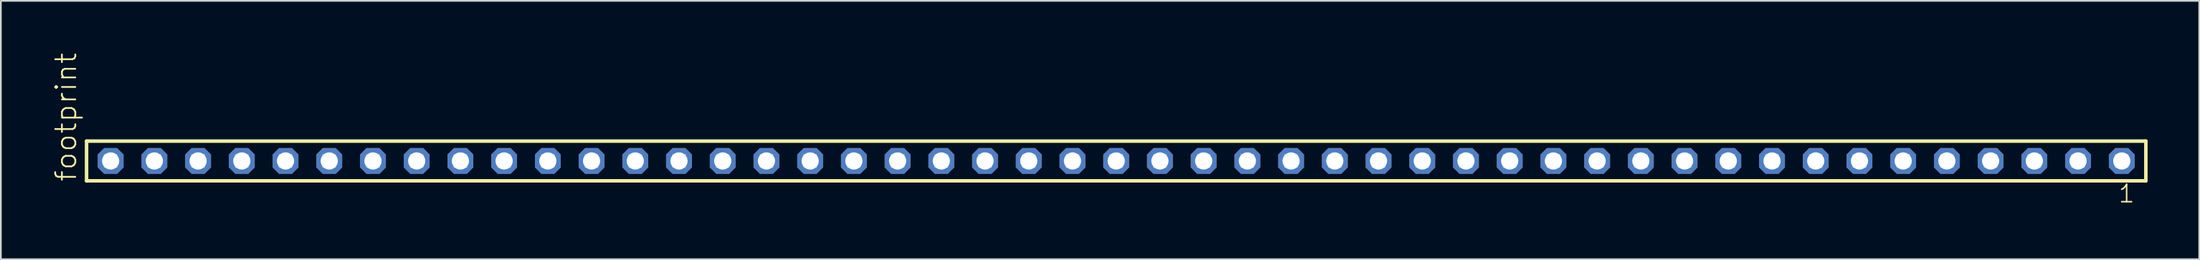
<source format=kicad_pcb>
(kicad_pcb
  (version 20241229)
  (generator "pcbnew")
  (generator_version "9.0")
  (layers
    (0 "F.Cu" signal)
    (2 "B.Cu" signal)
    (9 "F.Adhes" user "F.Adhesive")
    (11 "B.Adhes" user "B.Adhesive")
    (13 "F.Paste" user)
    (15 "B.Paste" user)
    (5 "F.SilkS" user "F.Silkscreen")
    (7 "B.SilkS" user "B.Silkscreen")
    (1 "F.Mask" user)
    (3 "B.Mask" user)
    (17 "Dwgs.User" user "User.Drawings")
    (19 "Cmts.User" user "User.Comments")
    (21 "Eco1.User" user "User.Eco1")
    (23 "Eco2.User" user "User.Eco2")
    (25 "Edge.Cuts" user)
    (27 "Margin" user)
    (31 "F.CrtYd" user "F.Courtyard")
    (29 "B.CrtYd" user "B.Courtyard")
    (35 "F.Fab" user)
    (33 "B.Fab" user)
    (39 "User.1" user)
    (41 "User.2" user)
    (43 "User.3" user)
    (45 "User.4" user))
  (footprint "footprint"
    (layer "F.Cu")
    (at 61.798 6.312)
    (property "Reference" "footprint" (at -60.325 1.27 90) (layer "F.SilkS") (effects (font (size 1.168 1.168) (thickness 0.102)) (justify left bottom)))
    (fp_line (start -59.819 -1.155) (end 59.819 -1.155) (stroke (width 0.203) (type solid)) (layer "F.SilkS"))
    (fp_line (start -59.819 1.155) (end -59.819 -1.155) (stroke (width 0.203) (type solid)) (layer "F.SilkS"))
    (fp_line (start 59.819 -1.155) (end 59.819 1.155) (stroke (width 0.203) (type solid)) (layer "F.SilkS"))
    (fp_line (start 59.819 1.155) (end -59.819 1.155) (stroke (width 0.203) (type solid)) (layer "F.SilkS"))
    (fp_poly (pts (xy -58.77 0.35) (xy -58.07 0.35) (xy -58.07 -0.35) (xy -58.77 -0.35)) (stroke (width 0.1) (type solid)) (fill no) (layer "F.Fab"))
    (fp_poly (pts (xy -56.23 0.35) (xy -55.53 0.35) (xy -55.53 -0.35) (xy -56.23 -0.35)) (stroke (width 0.1) (type solid)) (fill no) (layer "F.Fab"))
    (fp_poly (pts (xy -53.69 0.35) (xy -52.99 0.35) (xy -52.99 -0.35) (xy -53.69 -0.35)) (stroke (width 0.1) (type solid)) (fill no) (layer "F.Fab"))
    (fp_poly (pts (xy -51.15 0.35) (xy -50.45 0.35) (xy -50.45 -0.35) (xy -51.15 -0.35)) (stroke (width 0.1) (type solid)) (fill no) (layer "F.Fab"))
    (fp_poly (pts (xy -48.61 0.35) (xy -47.91 0.35) (xy -47.91 -0.35) (xy -48.61 -0.35)) (stroke (width 0.1) (type solid)) (fill no) (layer "F.Fab"))
    (fp_poly (pts (xy -46.07 0.35) (xy -45.37 0.35) (xy -45.37 -0.35) (xy -46.07 -0.35)) (stroke (width 0.1) (type solid)) (fill no) (layer "F.Fab"))
    (fp_poly (pts (xy -43.53 0.35) (xy -42.83 0.35) (xy -42.83 -0.35) (xy -43.53 -0.35)) (stroke (width 0.1) (type solid)) (fill no) (layer "F.Fab"))
    (fp_poly (pts (xy -40.99 0.35) (xy -40.29 0.35) (xy -40.29 -0.35) (xy -40.99 -0.35)) (stroke (width 0.1) (type solid)) (fill no) (layer "F.Fab"))
    (fp_poly (pts (xy -38.45 0.35) (xy -37.75 0.35) (xy -37.75 -0.35) (xy -38.45 -0.35)) (stroke (width 0.1) (type solid)) (fill no) (layer "F.Fab"))
    (fp_poly (pts (xy -35.91 0.35) (xy -35.21 0.35) (xy -35.21 -0.35) (xy -35.91 -0.35)) (stroke (width 0.1) (type solid)) (fill no) (layer "F.Fab"))
    (fp_poly (pts (xy -33.37 0.35) (xy -32.67 0.35) (xy -32.67 -0.35) (xy -33.37 -0.35)) (stroke (width 0.1) (type solid)) (fill no) (layer "F.Fab"))
    (fp_poly (pts (xy -30.83 0.35) (xy -30.13 0.35) (xy -30.13 -0.35) (xy -30.83 -0.35)) (stroke (width 0.1) (type solid)) (fill no) (layer "F.Fab"))
    (fp_poly (pts (xy -28.29 0.35) (xy -27.59 0.35) (xy -27.59 -0.35) (xy -28.29 -0.35)) (stroke (width 0.1) (type solid)) (fill no) (layer "F.Fab"))
    (fp_poly (pts (xy -25.75 0.35) (xy -25.05 0.35) (xy -25.05 -0.35) (xy -25.75 -0.35)) (stroke (width 0.1) (type solid)) (fill no) (layer "F.Fab"))
    (fp_poly (pts (xy -23.21 0.35) (xy -22.51 0.35) (xy -22.51 -0.35) (xy -23.21 -0.35)) (stroke (width 0.1) (type solid)) (fill no) (layer "F.Fab"))
    (fp_poly (pts (xy -20.67 0.35) (xy -19.97 0.35) (xy -19.97 -0.35) (xy -20.67 -0.35)) (stroke (width 0.1) (type solid)) (fill no) (layer "F.Fab"))
    (fp_poly (pts (xy -18.13 0.35) (xy -17.43 0.35) (xy -17.43 -0.35) (xy -18.13 -0.35)) (stroke (width 0.1) (type solid)) (fill no) (layer "F.Fab"))
    (fp_poly (pts (xy -15.59 0.35) (xy -14.89 0.35) (xy -14.89 -0.35) (xy -15.59 -0.35)) (stroke (width 0.1) (type solid)) (fill no) (layer "F.Fab"))
    (fp_poly (pts (xy -13.05 0.35) (xy -12.35 0.35) (xy -12.35 -0.35) (xy -13.05 -0.35)) (stroke (width 0.1) (type solid)) (fill no) (layer "F.Fab"))
    (fp_poly (pts (xy -10.51 0.35) (xy -9.81 0.35) (xy -9.81 -0.35) (xy -10.51 -0.35)) (stroke (width 0.1) (type solid)) (fill no) (layer "F.Fab"))
    (fp_poly (pts (xy -7.97 0.35) (xy -7.27 0.35) (xy -7.27 -0.35) (xy -7.97 -0.35)) (stroke (width 0.1) (type solid)) (fill no) (layer "F.Fab"))
    (fp_poly (pts (xy -5.43 0.35) (xy -4.73 0.35) (xy -4.73 -0.35) (xy -5.43 -0.35)) (stroke (width 0.1) (type solid)) (fill no) (layer "F.Fab"))
    (fp_poly (pts (xy -2.89 0.35) (xy -2.19 0.35) (xy -2.19 -0.35) (xy -2.89 -0.35)) (stroke (width 0.1) (type solid)) (fill no) (layer "F.Fab"))
    (fp_poly (pts (xy -0.35 0.35) (xy 0.35 0.35) (xy 0.35 -0.35) (xy -0.35 -0.35)) (stroke (width 0.1) (type solid)) (fill no) (layer "F.Fab"))
    (fp_poly (pts (xy 2.19 0.35) (xy 2.89 0.35) (xy 2.89 -0.35) (xy 2.19 -0.35)) (stroke (width 0.1) (type solid)) (fill no) (layer "F.Fab"))
    (fp_poly (pts (xy 4.73 0.35) (xy 5.43 0.35) (xy 5.43 -0.35) (xy 4.73 -0.35)) (stroke (width 0.1) (type solid)) (fill no) (layer "F.Fab"))
    (fp_poly (pts (xy 7.27 0.35) (xy 7.97 0.35) (xy 7.97 -0.35) (xy 7.27 -0.35)) (stroke (width 0.1) (type solid)) (fill no) (layer "F.Fab"))
    (fp_poly (pts (xy 9.81 0.35) (xy 10.51 0.35) (xy 10.51 -0.35) (xy 9.81 -0.35)) (stroke (width 0.1) (type solid)) (fill no) (layer "F.Fab"))
    (fp_poly (pts (xy 12.35 0.35) (xy 13.05 0.35) (xy 13.05 -0.35) (xy 12.35 -0.35)) (stroke (width 0.1) (type solid)) (fill no) (layer "F.Fab"))
    (fp_poly (pts (xy 14.89 0.35) (xy 15.59 0.35) (xy 15.59 -0.35) (xy 14.89 -0.35)) (stroke (width 0.1) (type solid)) (fill no) (layer "F.Fab"))
    (fp_poly (pts (xy 17.43 0.35) (xy 18.13 0.35) (xy 18.13 -0.35) (xy 17.43 -0.35)) (stroke (width 0.1) (type solid)) (fill no) (layer "F.Fab"))
    (fp_poly (pts (xy 19.97 0.35) (xy 20.67 0.35) (xy 20.67 -0.35) (xy 19.97 -0.35)) (stroke (width 0.1) (type solid)) (fill no) (layer "F.Fab"))
    (fp_poly (pts (xy 22.51 0.35) (xy 23.21 0.35) (xy 23.21 -0.35) (xy 22.51 -0.35)) (stroke (width 0.1) (type solid)) (fill no) (layer "F.Fab"))
    (fp_poly (pts (xy 25.05 0.35) (xy 25.75 0.35) (xy 25.75 -0.35) (xy 25.05 -0.35)) (stroke (width 0.1) (type solid)) (fill no) (layer "F.Fab"))
    (fp_poly (pts (xy 27.59 0.35) (xy 28.29 0.35) (xy 28.29 -0.35) (xy 27.59 -0.35)) (stroke (width 0.1) (type solid)) (fill no) (layer "F.Fab"))
    (fp_poly (pts (xy 30.13 0.35) (xy 30.83 0.35) (xy 30.83 -0.35) (xy 30.13 -0.35)) (stroke (width 0.1) (type solid)) (fill no) (layer "F.Fab"))
    (fp_poly (pts (xy 32.67 0.35) (xy 33.37 0.35) (xy 33.37 -0.35) (xy 32.67 -0.35)) (stroke (width 0.1) (type solid)) (fill no) (layer "F.Fab"))
    (fp_poly (pts (xy 35.21 0.35) (xy 35.91 0.35) (xy 35.91 -0.35) (xy 35.21 -0.35)) (stroke (width 0.1) (type solid)) (fill no) (layer "F.Fab"))
    (fp_poly (pts (xy 37.75 0.35) (xy 38.45 0.35) (xy 38.45 -0.35) (xy 37.75 -0.35)) (stroke (width 0.1) (type solid)) (fill no) (layer "F.Fab"))
    (fp_poly (pts (xy 40.29 0.35) (xy 40.99 0.35) (xy 40.99 -0.35) (xy 40.29 -0.35)) (stroke (width 0.1) (type solid)) (fill no) (layer "F.Fab"))
    (fp_poly (pts (xy 42.83 0.35) (xy 43.53 0.35) (xy 43.53 -0.35) (xy 42.83 -0.35)) (stroke (width 0.1) (type solid)) (fill no) (layer "F.Fab"))
    (fp_poly (pts (xy 45.37 0.35) (xy 46.07 0.35) (xy 46.07 -0.35) (xy 45.37 -0.35)) (stroke (width 0.1) (type solid)) (fill no) (layer "F.Fab"))
    (fp_poly (pts (xy 47.91 0.35) (xy 48.61 0.35) (xy 48.61 -0.35) (xy 47.91 -0.35)) (stroke (width 0.1) (type solid)) (fill no) (layer "F.Fab"))
    (fp_poly (pts (xy 50.45 0.35) (xy 51.15 0.35) (xy 51.15 -0.35) (xy 50.45 -0.35)) (stroke (width 0.1) (type solid)) (fill no) (layer "F.Fab"))
    (fp_poly (pts (xy 52.99 0.35) (xy 53.69 0.35) (xy 53.69 -0.35) (xy 52.99 -0.35)) (stroke (width 0.1) (type solid)) (fill no) (layer "F.Fab"))
    (fp_poly (pts (xy 55.53 0.35) (xy 56.23 0.35) (xy 56.23 -0.35) (xy 55.53 -0.35)) (stroke (width 0.1) (type solid)) (fill no) (layer "F.Fab"))
    (fp_poly (pts (xy 58.07 0.35) (xy 58.77 0.35) (xy 58.77 -0.35) (xy 58.07 -0.35)) (stroke (width 0.1) (type solid)) (fill no) (layer "F.Fab"))
    (fp_text user "1" (at 58.162 2.498 0) (layer "F.SilkS") (effects (font (size 1.012 1.012) (thickness 0.088)) (justify left bottom)))
    (pad "1" thru_hole roundrect (at 58.42 0 180) (size 1.5 1.5) (drill 1) (layers "*.Cu" "*.Mask") (roundrect_rratio 0.25) (chamfer_ratio 0.25) (chamfer top_left top_right bottom_left bottom_right))
    (pad "2" thru_hole roundrect (at 55.88 0 180) (size 1.5 1.5) (drill 1) (layers "*.Cu" "*.Mask") (roundrect_rratio 0.25) (chamfer_ratio 0.25) (chamfer top_left top_right bottom_left bottom_right))
    (pad "3" thru_hole roundrect (at 53.34 0 180) (size 1.5 1.5) (drill 1) (layers "*.Cu" "*.Mask") (roundrect_rratio 0.25) (chamfer_ratio 0.25) (chamfer top_left top_right bottom_left bottom_right))
    (pad "4" thru_hole roundrect (at 50.8 0 180) (size 1.5 1.5) (drill 1) (layers "*.Cu" "*.Mask") (roundrect_rratio 0.25) (chamfer_ratio 0.25) (chamfer top_left top_right bottom_left bottom_right))
    (pad "5" thru_hole roundrect (at 48.26 0 180) (size 1.5 1.5) (drill 1) (layers "*.Cu" "*.Mask") (roundrect_rratio 0.25) (chamfer_ratio 0.25) (chamfer top_left top_right bottom_left bottom_right))
    (pad "6" thru_hole roundrect (at 45.72 0 180) (size 1.5 1.5) (drill 1) (layers "*.Cu" "*.Mask") (roundrect_rratio 0.25) (chamfer_ratio 0.25) (chamfer top_left top_right bottom_left bottom_right))
    (pad "7" thru_hole roundrect (at 43.18 0 180) (size 1.5 1.5) (drill 1) (layers "*.Cu" "*.Mask") (roundrect_rratio 0.25) (chamfer_ratio 0.25) (chamfer top_left top_right bottom_left bottom_right))
    (pad "8" thru_hole roundrect (at 40.64 0 180) (size 1.5 1.5) (drill 1) (layers "*.Cu" "*.Mask") (roundrect_rratio 0.25) (chamfer_ratio 0.25) (chamfer top_left top_right bottom_left bottom_right))
    (pad "9" thru_hole roundrect (at 38.1 0 180) (size 1.5 1.5) (drill 1) (layers "*.Cu" "*.Mask") (roundrect_rratio 0.25) (chamfer_ratio 0.25) (chamfer top_left top_right bottom_left bottom_right))
    (pad "10" thru_hole roundrect (at 35.56 0 180) (size 1.5 1.5) (drill 1) (layers "*.Cu" "*.Mask") (roundrect_rratio 0.25) (chamfer_ratio 0.25) (chamfer top_left top_right bottom_left bottom_right))
    (pad "11" thru_hole roundrect (at 33.02 0 180) (size 1.5 1.5) (drill 1) (layers "*.Cu" "*.Mask") (roundrect_rratio 0.25) (chamfer_ratio 0.25) (chamfer top_left top_right bottom_left bottom_right))
    (pad "12" thru_hole roundrect (at 30.48 0 180) (size 1.5 1.5) (drill 1) (layers "*.Cu" "*.Mask") (roundrect_rratio 0.25) (chamfer_ratio 0.25) (chamfer top_left top_right bottom_left bottom_right))
    (pad "13" thru_hole roundrect (at 27.94 0 180) (size 1.5 1.5) (drill 1) (layers "*.Cu" "*.Mask") (roundrect_rratio 0.25) (chamfer_ratio 0.25) (chamfer top_left top_right bottom_left bottom_right))
    (pad "14" thru_hole roundrect (at 25.4 0 180) (size 1.5 1.5) (drill 1) (layers "*.Cu" "*.Mask") (roundrect_rratio 0.25) (chamfer_ratio 0.25) (chamfer top_left top_right bottom_left bottom_right))
    (pad "15" thru_hole roundrect (at 22.86 0 180) (size 1.5 1.5) (drill 1) (layers "*.Cu" "*.Mask") (roundrect_rratio 0.25) (chamfer_ratio 0.25) (chamfer top_left top_right bottom_left bottom_right))
    (pad "16" thru_hole roundrect (at 20.32 0 180) (size 1.5 1.5) (drill 1) (layers "*.Cu" "*.Mask") (roundrect_rratio 0.25) (chamfer_ratio 0.25) (chamfer top_left top_right bottom_left bottom_right))
    (pad "17" thru_hole roundrect (at 17.78 0 180) (size 1.5 1.5) (drill 1) (layers "*.Cu" "*.Mask") (roundrect_rratio 0.25) (chamfer_ratio 0.25) (chamfer top_left top_right bottom_left bottom_right))
    (pad "18" thru_hole roundrect (at 15.24 0 180) (size 1.5 1.5) (drill 1) (layers "*.Cu" "*.Mask") (roundrect_rratio 0.25) (chamfer_ratio 0.25) (chamfer top_left top_right bottom_left bottom_right))
    (pad "19" thru_hole roundrect (at 12.7 0 180) (size 1.5 1.5) (drill 1) (layers "*.Cu" "*.Mask") (roundrect_rratio 0.25) (chamfer_ratio 0.25) (chamfer top_left top_right bottom_left bottom_right))
    (pad "20" thru_hole roundrect (at 10.16 0 180) (size 1.5 1.5) (drill 1) (layers "*.Cu" "*.Mask") (roundrect_rratio 0.25) (chamfer_ratio 0.25) (chamfer top_left top_right bottom_left bottom_right))
    (pad "21" thru_hole roundrect (at 7.62 0 180) (size 1.5 1.5) (drill 1) (layers "*.Cu" "*.Mask") (roundrect_rratio 0.25) (chamfer_ratio 0.25) (chamfer top_left top_right bottom_left bottom_right))
    (pad "22" thru_hole roundrect (at 5.08 0 180) (size 1.5 1.5) (drill 1) (layers "*.Cu" "*.Mask") (roundrect_rratio 0.25) (chamfer_ratio 0.25) (chamfer top_left top_right bottom_left bottom_right))
    (pad "23" thru_hole roundrect (at 2.54 0 180) (size 1.5 1.5) (drill 1) (layers "*.Cu" "*.Mask") (roundrect_rratio 0.25) (chamfer_ratio 0.25) (chamfer top_left top_right bottom_left bottom_right))
    (pad "24" thru_hole roundrect (at 0 0 180) (size 1.5 1.5) (drill 1) (layers "*.Cu" "*.Mask") (roundrect_rratio 0.25) (chamfer_ratio 0.25) (chamfer top_left top_right bottom_left bottom_right))
    (pad "25" thru_hole roundrect (at -2.54 0 180) (size 1.5 1.5) (drill 1) (layers "*.Cu" "*.Mask") (roundrect_rratio 0.25) (chamfer_ratio 0.25) (chamfer top_left top_right bottom_left bottom_right))
    (pad "26" thru_hole roundrect (at -5.08 0 180) (size 1.5 1.5) (drill 1) (layers "*.Cu" "*.Mask") (roundrect_rratio 0.25) (chamfer_ratio 0.25) (chamfer top_left top_right bottom_left bottom_right))
    (pad "27" thru_hole roundrect (at -7.62 0 180) (size 1.5 1.5) (drill 1) (layers "*.Cu" "*.Mask") (roundrect_rratio 0.25) (chamfer_ratio 0.25) (chamfer top_left top_right bottom_left bottom_right))
    (pad "28" thru_hole roundrect (at -10.16 0 180) (size 1.5 1.5) (drill 1) (layers "*.Cu" "*.Mask") (roundrect_rratio 0.25) (chamfer_ratio 0.25) (chamfer top_left top_right bottom_left bottom_right))
    (pad "29" thru_hole roundrect (at -12.7 0 180) (size 1.5 1.5) (drill 1) (layers "*.Cu" "*.Mask") (roundrect_rratio 0.25) (chamfer_ratio 0.25) (chamfer top_left top_right bottom_left bottom_right))
    (pad "30" thru_hole roundrect (at -15.24 0 180) (size 1.5 1.5) (drill 1) (layers "*.Cu" "*.Mask") (roundrect_rratio 0.25) (chamfer_ratio 0.25) (chamfer top_left top_right bottom_left bottom_right))
    (pad "31" thru_hole roundrect (at -17.78 0 180) (size 1.5 1.5) (drill 1) (layers "*.Cu" "*.Mask") (roundrect_rratio 0.25) (chamfer_ratio 0.25) (chamfer top_left top_right bottom_left bottom_right))
    (pad "32" thru_hole roundrect (at -20.32 0 180) (size 1.5 1.5) (drill 1) (layers "*.Cu" "*.Mask") (roundrect_rratio 0.25) (chamfer_ratio 0.25) (chamfer top_left top_right bottom_left bottom_right))
    (pad "33" thru_hole roundrect (at -22.86 0 180) (size 1.5 1.5) (drill 1) (layers "*.Cu" "*.Mask") (roundrect_rratio 0.25) (chamfer_ratio 0.25) (chamfer top_left top_right bottom_left bottom_right))
    (pad "34" thru_hole roundrect (at -25.4 0 180) (size 1.5 1.5) (drill 1) (layers "*.Cu" "*.Mask") (roundrect_rratio 0.25) (chamfer_ratio 0.25) (chamfer top_left top_right bottom_left bottom_right))
    (pad "35" thru_hole roundrect (at -27.94 0 180) (size 1.5 1.5) (drill 1) (layers "*.Cu" "*.Mask") (roundrect_rratio 0.25) (chamfer_ratio 0.25) (chamfer top_left top_right bottom_left bottom_right))
    (pad "36" thru_hole roundrect (at -30.48 0 180) (size 1.5 1.5) (drill 1) (layers "*.Cu" "*.Mask") (roundrect_rratio 0.25) (chamfer_ratio 0.25) (chamfer top_left top_right bottom_left bottom_right))
    (pad "37" thru_hole roundrect (at -33.02 0 180) (size 1.5 1.5) (drill 1) (layers "*.Cu" "*.Mask") (roundrect_rratio 0.25) (chamfer_ratio 0.25) (chamfer top_left top_right bottom_left bottom_right))
    (pad "38" thru_hole roundrect (at -35.56 0 180) (size 1.5 1.5) (drill 1) (layers "*.Cu" "*.Mask") (roundrect_rratio 0.25) (chamfer_ratio 0.25) (chamfer top_left top_right bottom_left bottom_right))
    (pad "39" thru_hole roundrect (at -38.1 0 180) (size 1.5 1.5) (drill 1) (layers "*.Cu" "*.Mask") (roundrect_rratio 0.25) (chamfer_ratio 0.25) (chamfer top_left top_right bottom_left bottom_right))
    (pad "40" thru_hole roundrect (at -40.64 0 180) (size 1.5 1.5) (drill 1) (layers "*.Cu" "*.Mask") (roundrect_rratio 0.25) (chamfer_ratio 0.25) (chamfer top_left top_right bottom_left bottom_right))
    (pad "41" thru_hole roundrect (at -43.18 0 180) (size 1.5 1.5) (drill 1) (layers "*.Cu" "*.Mask") (roundrect_rratio 0.25) (chamfer_ratio 0.25) (chamfer top_left top_right bottom_left bottom_right))
    (pad "42" thru_hole roundrect (at -45.72 0 180) (size 1.5 1.5) (drill 1) (layers "*.Cu" "*.Mask") (roundrect_rratio 0.25) (chamfer_ratio 0.25) (chamfer top_left top_right bottom_left bottom_right))
    (pad "43" thru_hole roundrect (at -48.26 0 180) (size 1.5 1.5) (drill 1) (layers "*.Cu" "*.Mask") (roundrect_rratio 0.25) (chamfer_ratio 0.25) (chamfer top_left top_right bottom_left bottom_right))
    (pad "44" thru_hole roundrect (at -50.8 0 180) (size 1.5 1.5) (drill 1) (layers "*.Cu" "*.Mask") (roundrect_rratio 0.25) (chamfer_ratio 0.25) (chamfer top_left top_right bottom_left bottom_right))
    (pad "45" thru_hole roundrect (at -53.34 0 180) (size 1.5 1.5) (drill 1) (layers "*.Cu" "*.Mask") (roundrect_rratio 0.25) (chamfer_ratio 0.25) (chamfer top_left top_right bottom_left bottom_right))
    (pad "46" thru_hole roundrect (at -55.88 0 180) (size 1.5 1.5) (drill 1) (layers "*.Cu" "*.Mask") (roundrect_rratio 0.25) (chamfer_ratio 0.25) (chamfer top_left top_right bottom_left bottom_right))
    (pad "47" thru_hole roundrect (at -58.42 0 180) (size 1.5 1.5) (drill 1) (layers "*.Cu" "*.Mask") (roundrect_rratio 0.25) (chamfer_ratio 0.25) (chamfer top_left top_right bottom_left bottom_right)))
  (gr_rect
    (start -3 -3)
    (end 124.719 12.027)
    (stroke (width 0.1) (type default))
    (fill no)
    (layer "Edge.Cuts")))
</source>
